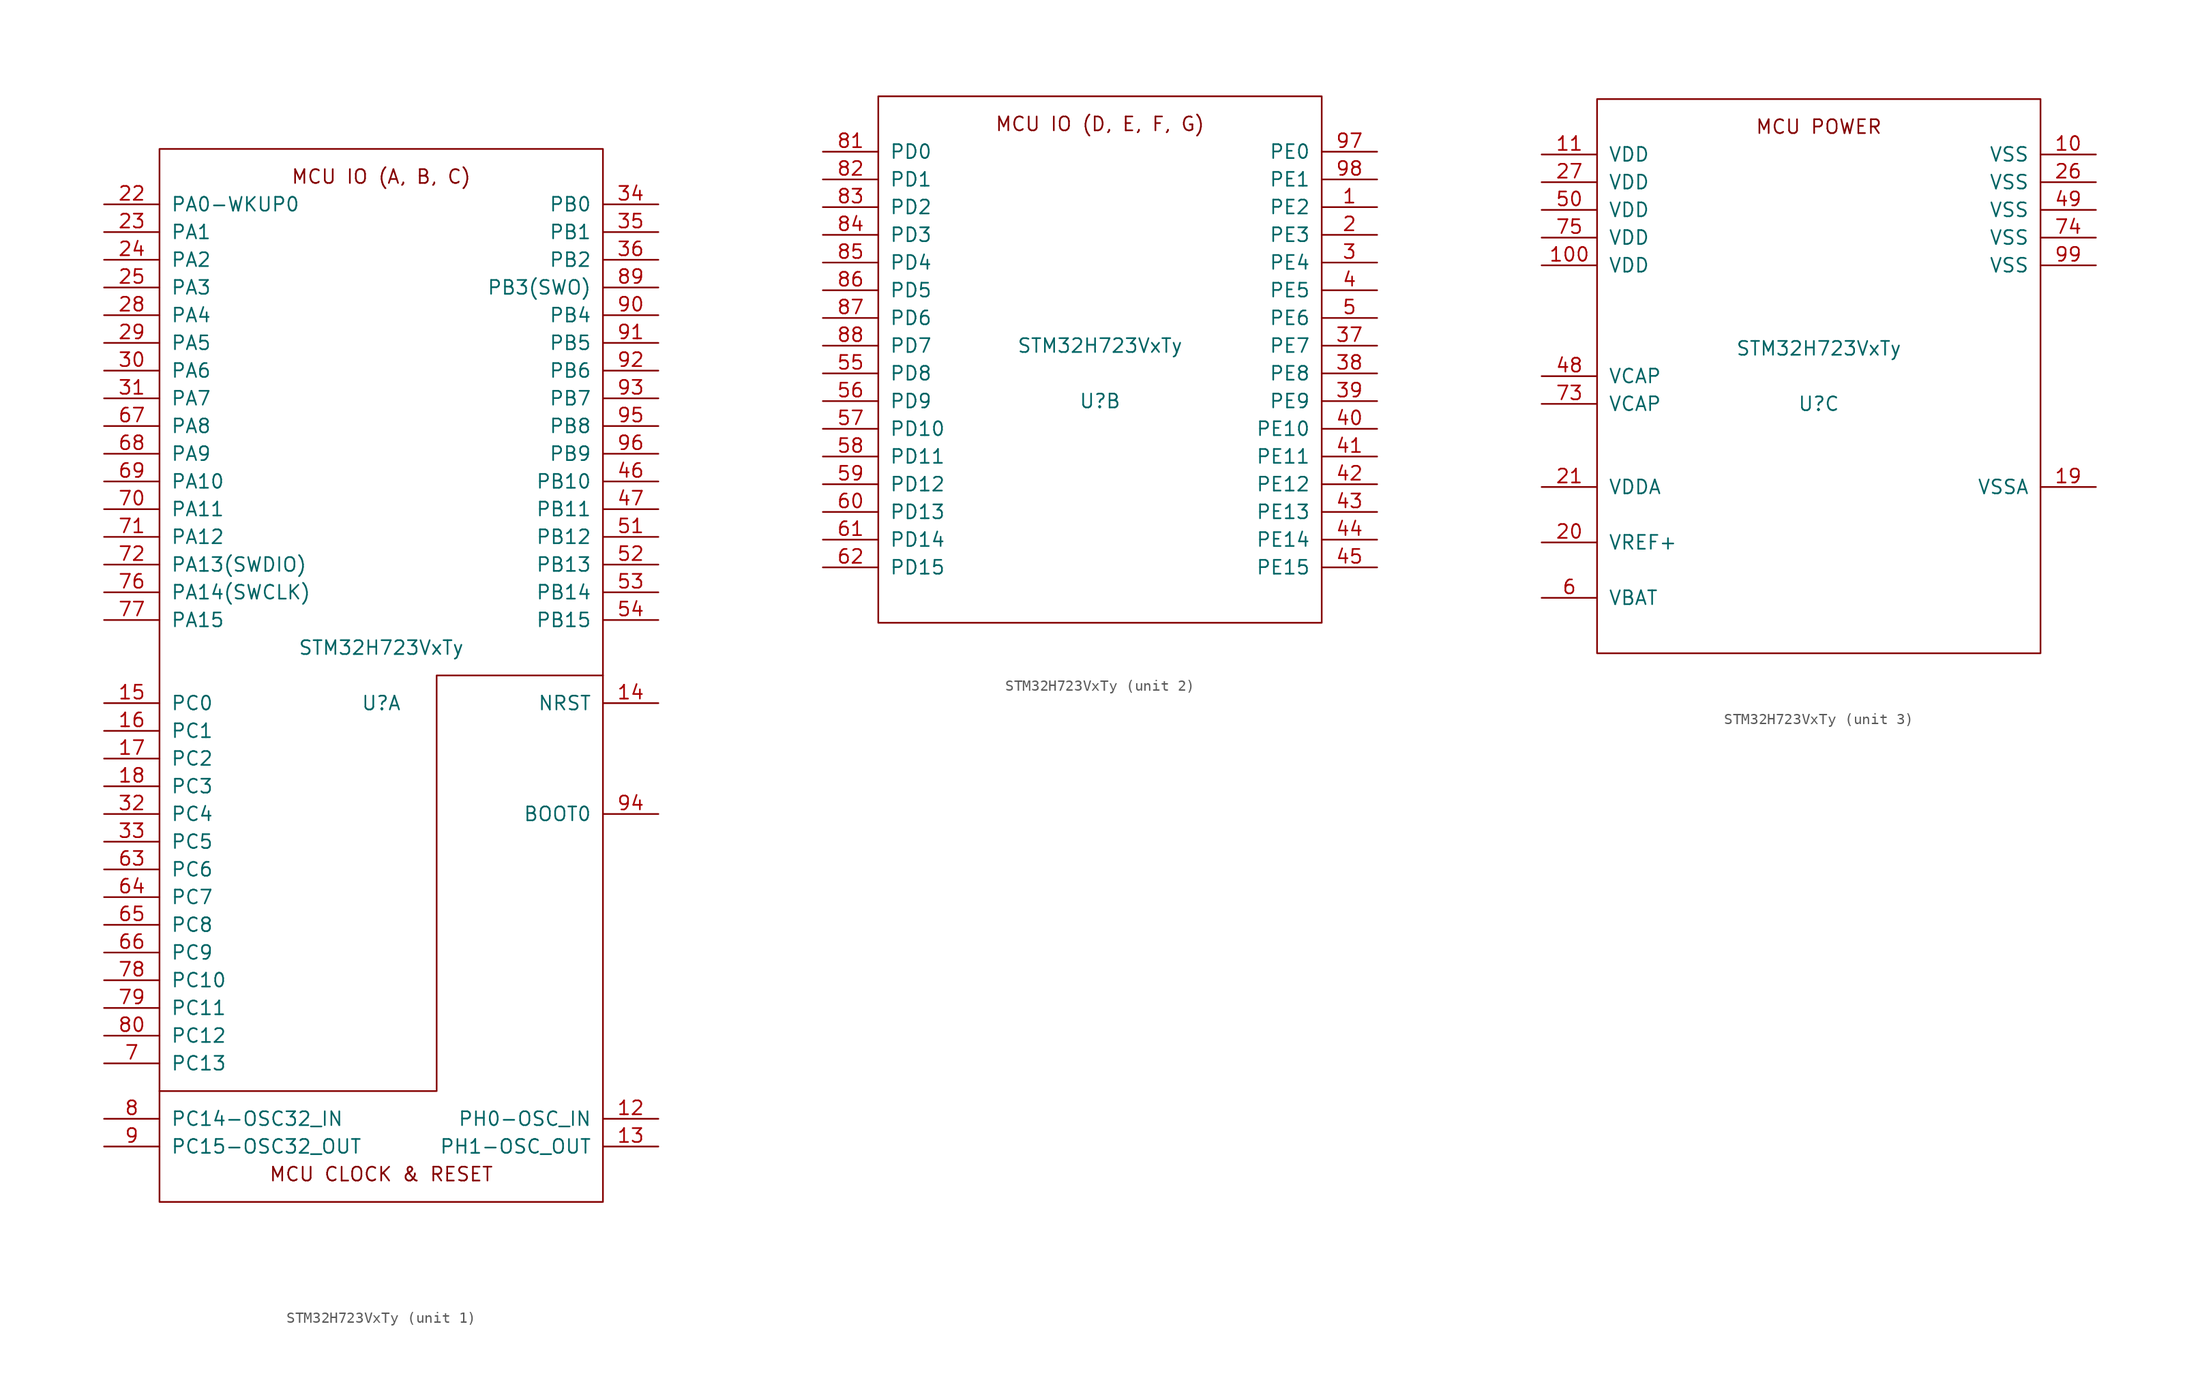
<source format=kicad_sym>
(kicad_symbol_lib
  (version 20220914)
  (generator kicad_symbol_editor)
  (symbol "STM32H723VxTy"
    (pin_names
      (offset 1.016))
    (property "Reference" "U"
      (at 0 -2.54 0)
      (effects (font (size 1.27 1.27))))
    (property "Value" "STM32H723VxTy"
      (at 0 2.54 0)
      (effects (font (size 1.27 1.27))))
    (property "ki_locked" ""
      (at 0 0 0)
      (effects (font (size 1.27 1.27))))
    (symbol "STM32H723VxTy_1_0"
      (polyline (pts (xy -20.32 -38.1) (xy 5.08 -38.1) (xy 5.08 -15.24) (xy 5.08 0) (xy 20.32 0)) (stroke (width 0) (type solid)) (fill (type none)))
      (text "MCU CLOCK & RESET" (at 0 -45.72 0) (effects (font (size 1.27 1.27))))
      (text "MCU IO (A, B, C)" (at 0 45.72 0) (effects (font (size 1.27 1.27)))))
    (symbol "STM32H723VxTy_1_1"
      (rectangle (start -20.32 48.26) (end 20.32 -48.26) (stroke (width 0) (type solid)) (fill (type none)))
      (pin bidirectional line (at 25.4 -40.64 180) (length 5.08) (name "PH0-OSC_IN" (effects (font (size 1.27 1.27)))) (number "12" (effects (font (size 1.27 1.27)))))
      (pin bidirectional line (at 25.4 -43.18 180) (length 5.08) (name "PH1-OSC_OUT" (effects (font (size 1.27 1.27)))) (number "13" (effects (font (size 1.27 1.27)))))
      (pin input line (at 25.4 -2.54 180) (length 5.08) (name "NRST" (effects (font (size 1.27 1.27)))) (number "14" (effects (font (size 1.27 1.27)))))
      (pin bidirectional line (at -25.4 -2.54 0) (length 5.08) (name "PC0" (effects (font (size 1.27 1.27)))) (number "15" (effects (font (size 1.27 1.27)))))
      (pin bidirectional line (at -25.4 -5.08 0) (length 5.08) (name "PC1" (effects (font (size 1.27 1.27)))) (number "16" (effects (font (size 1.27 1.27)))))
      (pin bidirectional line (at -25.4 -7.62 0) (length 5.08) (name "PC2" (effects (font (size 1.27 1.27)))) (number "17" (effects (font (size 1.27 1.27)))))
      (pin bidirectional line (at -25.4 -10.16 0) (length 5.08) (name "PC3" (effects (font (size 1.27 1.27)))) (number "18" (effects (font (size 1.27 1.27)))))
      (pin bidirectional line (at -25.4 43.18 0) (length 5.08) (name "PA0-WKUP0" (effects (font (size 1.27 1.27)))) (number "22" (effects (font (size 1.27 1.27)))))
      (pin bidirectional line (at -25.4 40.64 0) (length 5.08) (name "PA1" (effects (font (size 1.27 1.27)))) (number "23" (effects (font (size 1.27 1.27)))))
      (pin bidirectional line (at -25.4 38.1 0) (length 5.08) (name "PA2" (effects (font (size 1.27 1.27)))) (number "24" (effects (font (size 1.27 1.27)))))
      (pin bidirectional line (at -25.4 35.56 0) (length 5.08) (name "PA3" (effects (font (size 1.27 1.27)))) (number "25" (effects (font (size 1.27 1.27)))))
      (pin bidirectional line (at -25.4 33.02 0) (length 5.08) (name "PA4" (effects (font (size 1.27 1.27)))) (number "28" (effects (font (size 1.27 1.27)))))
      (pin bidirectional line (at -25.4 30.48 0) (length 5.08) (name "PA5" (effects (font (size 1.27 1.27)))) (number "29" (effects (font (size 1.27 1.27)))))
      (pin bidirectional line (at -25.4 27.94 0) (length 5.08) (name "PA6" (effects (font (size 1.27 1.27)))) (number "30" (effects (font (size 1.27 1.27)))))
      (pin bidirectional line (at -25.4 25.4 0) (length 5.08) (name "PA7" (effects (font (size 1.27 1.27)))) (number "31" (effects (font (size 1.27 1.27)))))
      (pin bidirectional line (at -25.4 -12.7 0) (length 5.08) (name "PC4" (effects (font (size 1.27 1.27)))) (number "32" (effects (font (size 1.27 1.27)))))
      (pin bidirectional line (at -25.4 -15.24 0) (length 5.08) (name "PC5" (effects (font (size 1.27 1.27)))) (number "33" (effects (font (size 1.27 1.27)))))
      (pin bidirectional line (at 25.4 43.18 180) (length 5.08) (name "PB0" (effects (font (size 1.27 1.27)))) (number "34" (effects (font (size 1.27 1.27)))))
      (pin bidirectional line (at 25.4 40.64 180) (length 5.08) (name "PB1" (effects (font (size 1.27 1.27)))) (number "35" (effects (font (size 1.27 1.27)))))
      (pin bidirectional line (at 25.4 38.1 180) (length 5.08) (name "PB2" (effects (font (size 1.27 1.27)))) (number "36" (effects (font (size 1.27 1.27)))))
      (pin bidirectional line (at 25.4 17.78 180) (length 5.08) (name "PB10" (effects (font (size 1.27 1.27)))) (number "46" (effects (font (size 1.27 1.27)))))
      (pin bidirectional line (at 25.4 15.24 180) (length 5.08) (name "PB11" (effects (font (size 1.27 1.27)))) (number "47" (effects (font (size 1.27 1.27)))))
      (pin bidirectional line (at 25.4 12.7 180) (length 5.08) (name "PB12" (effects (font (size 1.27 1.27)))) (number "51" (effects (font (size 1.27 1.27)))))
      (pin bidirectional line (at 25.4 10.16 180) (length 5.08) (name "PB13" (effects (font (size 1.27 1.27)))) (number "52" (effects (font (size 1.27 1.27)))))
      (pin bidirectional line (at 25.4 7.62 180) (length 5.08) (name "PB14" (effects (font (size 1.27 1.27)))) (number "53" (effects (font (size 1.27 1.27)))))
      (pin bidirectional line (at 25.4 5.08 180) (length 5.08) (name "PB15" (effects (font (size 1.27 1.27)))) (number "54" (effects (font (size 1.27 1.27)))))
      (pin bidirectional line (at -25.4 -17.78 0) (length 5.08) (name "PC6" (effects (font (size 1.27 1.27)))) (number "63" (effects (font (size 1.27 1.27)))))
      (pin bidirectional line (at -25.4 -20.32 0) (length 5.08) (name "PC7" (effects (font (size 1.27 1.27)))) (number "64" (effects (font (size 1.27 1.27)))))
      (pin bidirectional line (at -25.4 -22.86 0) (length 5.08) (name "PC8" (effects (font (size 1.27 1.27)))) (number "65" (effects (font (size 1.27 1.27)))))
      (pin bidirectional line (at -25.4 -25.4 0) (length 5.08) (name "PC9" (effects (font (size 1.27 1.27)))) (number "66" (effects (font (size 1.27 1.27)))))
      (pin bidirectional line (at -25.4 22.86 0) (length 5.08) (name "PA8" (effects (font (size 1.27 1.27)))) (number "67" (effects (font (size 1.27 1.27)))))
      (pin bidirectional line (at -25.4 20.32 0) (length 5.08) (name "PA9" (effects (font (size 1.27 1.27)))) (number "68" (effects (font (size 1.27 1.27)))))
      (pin bidirectional line (at -25.4 17.78 0) (length 5.08) (name "PA10" (effects (font (size 1.27 1.27)))) (number "69" (effects (font (size 1.27 1.27)))))
      (pin bidirectional line (at -25.4 -35.56 0) (length 5.08) (name "PC13" (effects (font (size 1.27 1.27)))) (number "7" (effects (font (size 1.27 1.27)))))
      (pin bidirectional line (at -25.4 15.24 0) (length 5.08) (name "PA11" (effects (font (size 1.27 1.27)))) (number "70" (effects (font (size 1.27 1.27)))))
      (pin bidirectional line (at -25.4 12.7 0) (length 5.08) (name "PA12" (effects (font (size 1.27 1.27)))) (number "71" (effects (font (size 1.27 1.27)))))
      (pin bidirectional line (at -25.4 10.16 0) (length 5.08) (name "PA13(SWDIO)" (effects (font (size 1.27 1.27)))) (number "72" (effects (font (size 1.27 1.27)))))
      (pin bidirectional line (at -25.4 7.62 0) (length 5.08) (name "PA14(SWCLK)" (effects (font (size 1.27 1.27)))) (number "76" (effects (font (size 1.27 1.27)))))
      (pin bidirectional line (at -25.4 5.08 0) (length 5.08) (name "PA15" (effects (font (size 1.27 1.27)))) (number "77" (effects (font (size 1.27 1.27)))))
      (pin bidirectional line (at -25.4 -27.94 0) (length 5.08) (name "PC10" (effects (font (size 1.27 1.27)))) (number "78" (effects (font (size 1.27 1.27)))))
      (pin bidirectional line (at -25.4 -30.48 0) (length 5.08) (name "PC11" (effects (font (size 1.27 1.27)))) (number "79" (effects (font (size 1.27 1.27)))))
      (pin bidirectional line (at -25.4 -40.64 0) (length 5.08) (name "PC14-OSC32_IN" (effects (font (size 1.27 1.27)))) (number "8" (effects (font (size 1.27 1.27)))))
      (pin bidirectional line (at -25.4 -33.02 0) (length 5.08) (name "PC12" (effects (font (size 1.27 1.27)))) (number "80" (effects (font (size 1.27 1.27)))))
      (pin bidirectional line (at 25.4 35.56 180) (length 5.08) (name "PB3(SWO)" (effects (font (size 1.27 1.27)))) (number "89" (effects (font (size 1.27 1.27)))))
      (pin bidirectional line (at -25.4 -43.18 0) (length 5.08) (name "PC15-OSC32_OUT" (effects (font (size 1.27 1.27)))) (number "9" (effects (font (size 1.27 1.27)))))
      (pin bidirectional line (at 25.4 33.02 180) (length 5.08) (name "PB4" (effects (font (size 1.27 1.27)))) (number "90" (effects (font (size 1.27 1.27)))))
      (pin bidirectional line (at 25.4 30.48 180) (length 5.08) (name "PB5" (effects (font (size 1.27 1.27)))) (number "91" (effects (font (size 1.27 1.27)))))
      (pin bidirectional line (at 25.4 27.94 180) (length 5.08) (name "PB6" (effects (font (size 1.27 1.27)))) (number "92" (effects (font (size 1.27 1.27)))))
      (pin bidirectional line (at 25.4 25.4 180) (length 5.08) (name "PB7" (effects (font (size 1.27 1.27)))) (number "93" (effects (font (size 1.27 1.27)))))
      (pin input line (at 25.4 -12.7 180) (length 5.08) (name "BOOT0" (effects (font (size 1.27 1.27)))) (number "94" (effects (font (size 1.27 1.27)))))
      (pin bidirectional line (at 25.4 22.86 180) (length 5.08) (name "PB8" (effects (font (size 1.27 1.27)))) (number "95" (effects (font (size 1.27 1.27)))))
      (pin bidirectional line (at 25.4 20.32 180) (length 5.08) (name "PB9" (effects (font (size 1.27 1.27)))) (number "96" (effects (font (size 1.27 1.27))))))
    (symbol "STM32H723VxTy_2_0"
      (text "MCU IO (D, E, F, G)" (at 0 22.86 0) (effects (font (size 1.27 1.27)))))
    (symbol "STM32H723VxTy_2_1"
      (rectangle (start -20.32 25.4) (end 20.32 -22.86) (stroke (width 0) (type solid)) (fill (type none)))
      (pin bidirectional line (at 25.4 15.24 180) (length 5.08) (name "PE2" (effects (font (size 1.27 1.27)))) (number "1" (effects (font (size 1.27 1.27)))))
      (pin bidirectional line (at 25.4 12.7 180) (length 5.08) (name "PE3" (effects (font (size 1.27 1.27)))) (number "2" (effects (font (size 1.27 1.27)))))
      (pin bidirectional line (at 25.4 10.16 180) (length 5.08) (name "PE4" (effects (font (size 1.27 1.27)))) (number "3" (effects (font (size 1.27 1.27)))))
      (pin bidirectional line (at 25.4 2.54 180) (length 5.08) (name "PE7" (effects (font (size 1.27 1.27)))) (number "37" (effects (font (size 1.27 1.27)))))
      (pin bidirectional line (at 25.4 0 180) (length 5.08) (name "PE8" (effects (font (size 1.27 1.27)))) (number "38" (effects (font (size 1.27 1.27)))))
      (pin bidirectional line (at 25.4 -2.54 180) (length 5.08) (name "PE9" (effects (font (size 1.27 1.27)))) (number "39" (effects (font (size 1.27 1.27)))))
      (pin bidirectional line (at 25.4 7.62 180) (length 5.08) (name "PE5" (effects (font (size 1.27 1.27)))) (number "4" (effects (font (size 1.27 1.27)))))
      (pin bidirectional line (at 25.4 -5.08 180) (length 5.08) (name "PE10" (effects (font (size 1.27 1.27)))) (number "40" (effects (font (size 1.27 1.27)))))
      (pin bidirectional line (at 25.4 -7.62 180) (length 5.08) (name "PE11" (effects (font (size 1.27 1.27)))) (number "41" (effects (font (size 1.27 1.27)))))
      (pin bidirectional line (at 25.4 -10.16 180) (length 5.08) (name "PE12" (effects (font (size 1.27 1.27)))) (number "42" (effects (font (size 1.27 1.27)))))
      (pin bidirectional line (at 25.4 -12.7 180) (length 5.08) (name "PE13" (effects (font (size 1.27 1.27)))) (number "43" (effects (font (size 1.27 1.27)))))
      (pin bidirectional line (at 25.4 -15.24 180) (length 5.08) (name "PE14" (effects (font (size 1.27 1.27)))) (number "44" (effects (font (size 1.27 1.27)))))
      (pin bidirectional line (at 25.4 -17.78 180) (length 5.08) (name "PE15" (effects (font (size 1.27 1.27)))) (number "45" (effects (font (size 1.27 1.27)))))
      (pin bidirectional line (at 25.4 5.08 180) (length 5.08) (name "PE6" (effects (font (size 1.27 1.27)))) (number "5" (effects (font (size 1.27 1.27)))))
      (pin bidirectional line (at -25.4 0 0) (length 5.08) (name "PD8" (effects (font (size 1.27 1.27)))) (number "55" (effects (font (size 1.27 1.27)))))
      (pin bidirectional line (at -25.4 -2.54 0) (length 5.08) (name "PD9" (effects (font (size 1.27 1.27)))) (number "56" (effects (font (size 1.27 1.27)))))
      (pin bidirectional line (at -25.4 -5.08 0) (length 5.08) (name "PD10" (effects (font (size 1.27 1.27)))) (number "57" (effects (font (size 1.27 1.27)))))
      (pin bidirectional line (at -25.4 -7.62 0) (length 5.08) (name "PD11" (effects (font (size 1.27 1.27)))) (number "58" (effects (font (size 1.27 1.27)))))
      (pin bidirectional line (at -25.4 -10.16 0) (length 5.08) (name "PD12" (effects (font (size 1.27 1.27)))) (number "59" (effects (font (size 1.27 1.27)))))
      (pin bidirectional line (at -25.4 -12.7 0) (length 5.08) (name "PD13" (effects (font (size 1.27 1.27)))) (number "60" (effects (font (size 1.27 1.27)))))
      (pin bidirectional line (at -25.4 -15.24 0) (length 5.08) (name "PD14" (effects (font (size 1.27 1.27)))) (number "61" (effects (font (size 1.27 1.27)))))
      (pin bidirectional line (at -25.4 -17.78 0) (length 5.08) (name "PD15" (effects (font (size 1.27 1.27)))) (number "62" (effects (font (size 1.27 1.27)))))
      (pin bidirectional line (at -25.4 20.32 0) (length 5.08) (name "PD0" (effects (font (size 1.27 1.27)))) (number "81" (effects (font (size 1.27 1.27)))))
      (pin bidirectional line (at -25.4 17.78 0) (length 5.08) (name "PD1" (effects (font (size 1.27 1.27)))) (number "82" (effects (font (size 1.27 1.27)))))
      (pin bidirectional line (at -25.4 15.24 0) (length 5.08) (name "PD2" (effects (font (size 1.27 1.27)))) (number "83" (effects (font (size 1.27 1.27)))))
      (pin bidirectional line (at -25.4 12.7 0) (length 5.08) (name "PD3" (effects (font (size 1.27 1.27)))) (number "84" (effects (font (size 1.27 1.27)))))
      (pin bidirectional line (at -25.4 10.16 0) (length 5.08) (name "PD4" (effects (font (size 1.27 1.27)))) (number "85" (effects (font (size 1.27 1.27)))))
      (pin bidirectional line (at -25.4 7.62 0) (length 5.08) (name "PD5" (effects (font (size 1.27 1.27)))) (number "86" (effects (font (size 1.27 1.27)))))
      (pin bidirectional line (at -25.4 5.08 0) (length 5.08) (name "PD6" (effects (font (size 1.27 1.27)))) (number "87" (effects (font (size 1.27 1.27)))))
      (pin bidirectional line (at -25.4 2.54 0) (length 5.08) (name "PD7" (effects (font (size 1.27 1.27)))) (number "88" (effects (font (size 1.27 1.27)))))
      (pin bidirectional line (at 25.4 20.32 180) (length 5.08) (name "PE0" (effects (font (size 1.27 1.27)))) (number "97" (effects (font (size 1.27 1.27)))))
      (pin bidirectional line (at 25.4 17.78 180) (length 5.08) (name "PE1" (effects (font (size 1.27 1.27)))) (number "98" (effects (font (size 1.27 1.27))))))
    (symbol "STM32H723VxTy_3_0"
      (text "MCU POWER" (at 0 22.86 0) (effects (font (size 1.27 1.27)))))
    (symbol "STM32H723VxTy_3_1"
      (rectangle (start -20.32 25.4) (end 20.32 -25.4) (stroke (width 0) (type solid)) (fill (type none)))
      (pin power_in line (at 25.4 20.32 180) (length 5.08) (name "VSS" (effects (font (size 1.27 1.27)))) (number "10" (effects (font (size 1.27 1.27)))))
      (pin power_in line (at -25.4 10.16 0) (length 5.08) (name "VDD" (effects (font (size 1.27 1.27)))) (number "100" (effects (font (size 1.27 1.27)))))
      (pin power_in line (at -25.4 20.32 0) (length 5.08) (name "VDD" (effects (font (size 1.27 1.27)))) (number "11" (effects (font (size 1.27 1.27)))))
      (pin power_in line (at 25.4 -10.16 180) (length 5.08) (name "VSSA" (effects (font (size 1.27 1.27)))) (number "19" (effects (font (size 1.27 1.27)))))
      (pin power_in line (at -25.4 -15.24 0) (length 5.08) (name "VREF+" (effects (font (size 1.27 1.27)))) (number "20" (effects (font (size 1.27 1.27)))))
      (pin power_in line (at -25.4 -10.16 0) (length 5.08) (name "VDDA" (effects (font (size 1.27 1.27)))) (number "21" (effects (font (size 1.27 1.27)))))
      (pin power_in line (at 25.4 17.78 180) (length 5.08) (name "VSS" (effects (font (size 1.27 1.27)))) (number "26" (effects (font (size 1.27 1.27)))))
      (pin power_in line (at -25.4 17.78 0) (length 5.08) (name "VDD" (effects (font (size 1.27 1.27)))) (number "27" (effects (font (size 1.27 1.27)))))
      (pin power_in line (at -25.4 0 0) (length 5.08) (name "VCAP" (effects (font (size 1.27 1.27)))) (number "48" (effects (font (size 1.27 1.27)))))
      (pin power_in line (at 25.4 15.24 180) (length 5.08) (name "VSS" (effects (font (size 1.27 1.27)))) (number "49" (effects (font (size 1.27 1.27)))))
      (pin power_in line (at -25.4 15.24 0) (length 5.08) (name "VDD" (effects (font (size 1.27 1.27)))) (number "50" (effects (font (size 1.27 1.27)))))
      (pin power_in line (at -25.4 -20.32 0) (length 5.08) (name "VBAT" (effects (font (size 1.27 1.27)))) (number "6" (effects (font (size 1.27 1.27)))))
      (pin power_in line (at -25.4 -2.54 0) (length 5.08) (name "VCAP" (effects (font (size 1.27 1.27)))) (number "73" (effects (font (size 1.27 1.27)))))
      (pin power_in line (at 25.4 12.7 180) (length 5.08) (name "VSS" (effects (font (size 1.27 1.27)))) (number "74" (effects (font (size 1.27 1.27)))))
      (pin power_in line (at -25.4 12.7 0) (length 5.08) (name "VDD" (effects (font (size 1.27 1.27)))) (number "75" (effects (font (size 1.27 1.27)))))
      (pin power_in line (at 25.4 10.16 180) (length 5.08) (name "VSS" (effects (font (size 1.27 1.27)))) (number "99" (effects (font (size 1.27 1.27))))))))
</source>
